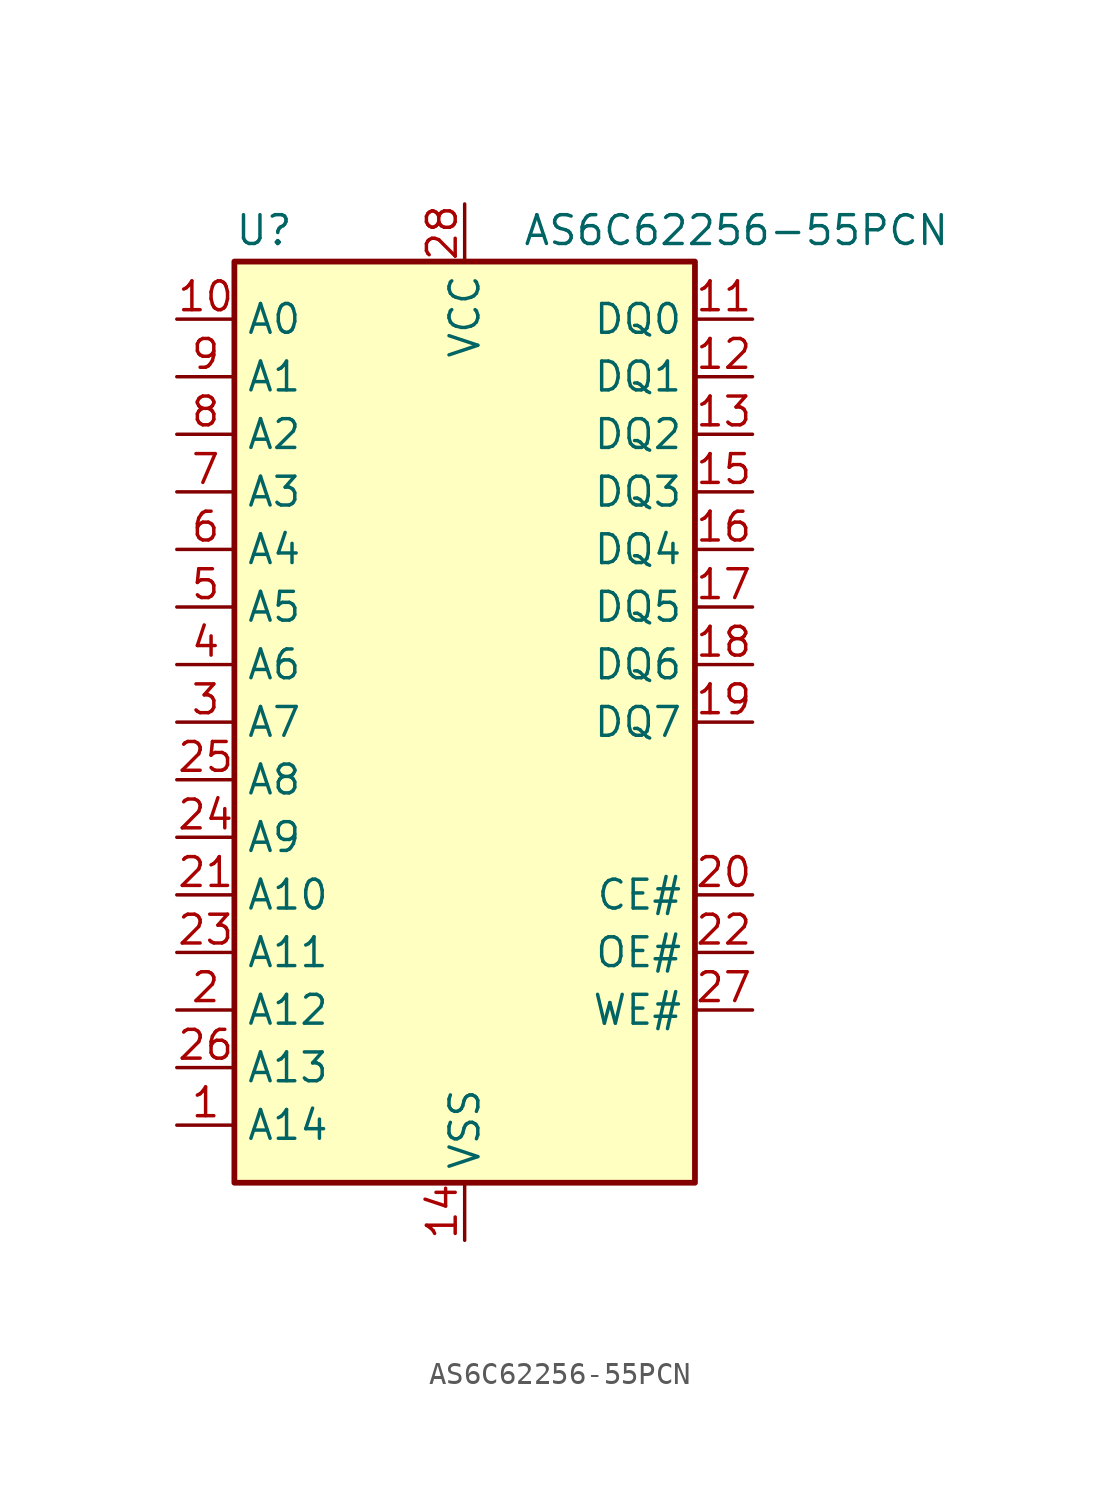
<source format=kicad_sym>
(kicad_symbol_lib
  (version 20231120)
  (generator "kicad_symbol_editor")
  (generator_version "8.0")
  (symbol "AS6C62256-55PCN"
    (property "Reference" "U"
      (at -10.16 20.955 0)
      (effects (font (size 1.27 1.27)) (justify left bottom)))
    (property "Value" "AS6C62256-55PCN"
      (at 2.54 20.955 0)
      (effects (font (size 1.27 1.27)) (justify left bottom)))
    (symbol "AS6C62256-55PCN_0_1"
      (rectangle (start -10.16 20.32) (end 10.16 -20.32) (stroke (width 0.254) (type default)) (fill (type background))))
    (symbol "AS6C62256-55PCN_1_0"
      (pin power_in line (at 0 -22.86 90) (length 2.54) (name "VSS" (effects (font (size 1.27 1.27)))) (number "14" (effects (font (size 1.27 1.27)))))
      (pin power_in line (at 0 22.86 270) (length 2.54) (name "VCC" (effects (font (size 1.27 1.27)))) (number "28" (effects (font (size 1.27 1.27))))))
    (symbol "AS6C62256-55PCN_1_1"
      (pin input line (at -12.7 -17.78 0) (length 2.54) (name "A14" (effects (font (size 1.27 1.27)))) (number "1" (effects (font (size 1.27 1.27)))))
      (pin input line (at -12.7 17.78 0) (length 2.54) (name "A0" (effects (font (size 1.27 1.27)))) (number "10" (effects (font (size 1.27 1.27)))))
      (pin tri_state line (at 12.7 17.78 180) (length 2.54) (name "DQ0" (effects (font (size 1.27 1.27)))) (number "11" (effects (font (size 1.27 1.27)))))
      (pin tri_state line (at 12.7 15.24 180) (length 2.54) (name "DQ1" (effects (font (size 1.27 1.27)))) (number "12" (effects (font (size 1.27 1.27)))))
      (pin tri_state line (at 12.7 12.7 180) (length 2.54) (name "DQ2" (effects (font (size 1.27 1.27)))) (number "13" (effects (font (size 1.27 1.27)))))
      (pin tri_state line (at 12.7 10.16 180) (length 2.54) (name "DQ3" (effects (font (size 1.27 1.27)))) (number "15" (effects (font (size 1.27 1.27)))))
      (pin tri_state line (at 12.7 7.62 180) (length 2.54) (name "DQ4" (effects (font (size 1.27 1.27)))) (number "16" (effects (font (size 1.27 1.27)))))
      (pin tri_state line (at 12.7 5.08 180) (length 2.54) (name "DQ5" (effects (font (size 1.27 1.27)))) (number "17" (effects (font (size 1.27 1.27)))))
      (pin tri_state line (at 12.7 2.54 180) (length 2.54) (name "DQ6" (effects (font (size 1.27 1.27)))) (number "18" (effects (font (size 1.27 1.27)))))
      (pin tri_state line (at 12.7 0 180) (length 2.54) (name "DQ7" (effects (font (size 1.27 1.27)))) (number "19" (effects (font (size 1.27 1.27)))))
      (pin input line (at -12.7 -12.7 0) (length 2.54) (name "A12" (effects (font (size 1.27 1.27)))) (number "2" (effects (font (size 1.27 1.27)))))
      (pin input line (at 12.7 -7.62 180) (length 2.54) (name "CE#" (effects (font (size 1.27 1.27)))) (number "20" (effects (font (size 1.27 1.27)))))
      (pin input line (at -12.7 -7.62 0) (length 2.54) (name "A10" (effects (font (size 1.27 1.27)))) (number "21" (effects (font (size 1.27 1.27)))))
      (pin input line (at 12.7 -10.16 180) (length 2.54) (name "OE#" (effects (font (size 1.27 1.27)))) (number "22" (effects (font (size 1.27 1.27)))))
      (pin input line (at -12.7 -10.16 0) (length 2.54) (name "A11" (effects (font (size 1.27 1.27)))) (number "23" (effects (font (size 1.27 1.27)))))
      (pin input line (at -12.7 -5.08 0) (length 2.54) (name "A9" (effects (font (size 1.27 1.27)))) (number "24" (effects (font (size 1.27 1.27)))))
      (pin input line (at -12.7 -2.54 0) (length 2.54) (name "A8" (effects (font (size 1.27 1.27)))) (number "25" (effects (font (size 1.27 1.27)))))
      (pin input line (at -12.7 -15.24 0) (length 2.54) (name "A13" (effects (font (size 1.27 1.27)))) (number "26" (effects (font (size 1.27 1.27)))))
      (pin input line (at 12.7 -12.7 180) (length 2.54) (name "WE#" (effects (font (size 1.27 1.27)))) (number "27" (effects (font (size 1.27 1.27)))))
      (pin input line (at -12.7 0 0) (length 2.54) (name "A7" (effects (font (size 1.27 1.27)))) (number "3" (effects (font (size 1.27 1.27)))))
      (pin input line (at -12.7 2.54 0) (length 2.54) (name "A6" (effects (font (size 1.27 1.27)))) (number "4" (effects (font (size 1.27 1.27)))))
      (pin input line (at -12.7 5.08 0) (length 2.54) (name "A5" (effects (font (size 1.27 1.27)))) (number "5" (effects (font (size 1.27 1.27)))))
      (pin input line (at -12.7 7.62 0) (length 2.54) (name "A4" (effects (font (size 1.27 1.27)))) (number "6" (effects (font (size 1.27 1.27)))))
      (pin input line (at -12.7 10.16 0) (length 2.54) (name "A3" (effects (font (size 1.27 1.27)))) (number "7" (effects (font (size 1.27 1.27)))))
      (pin input line (at -12.7 12.7 0) (length 2.54) (name "A2" (effects (font (size 1.27 1.27)))) (number "8" (effects (font (size 1.27 1.27)))))
      (pin input line (at -12.7 15.24 0) (length 2.54) (name "A1" (effects (font (size 1.27 1.27)))) (number "9" (effects (font (size 1.27 1.27))))))))
</source>
